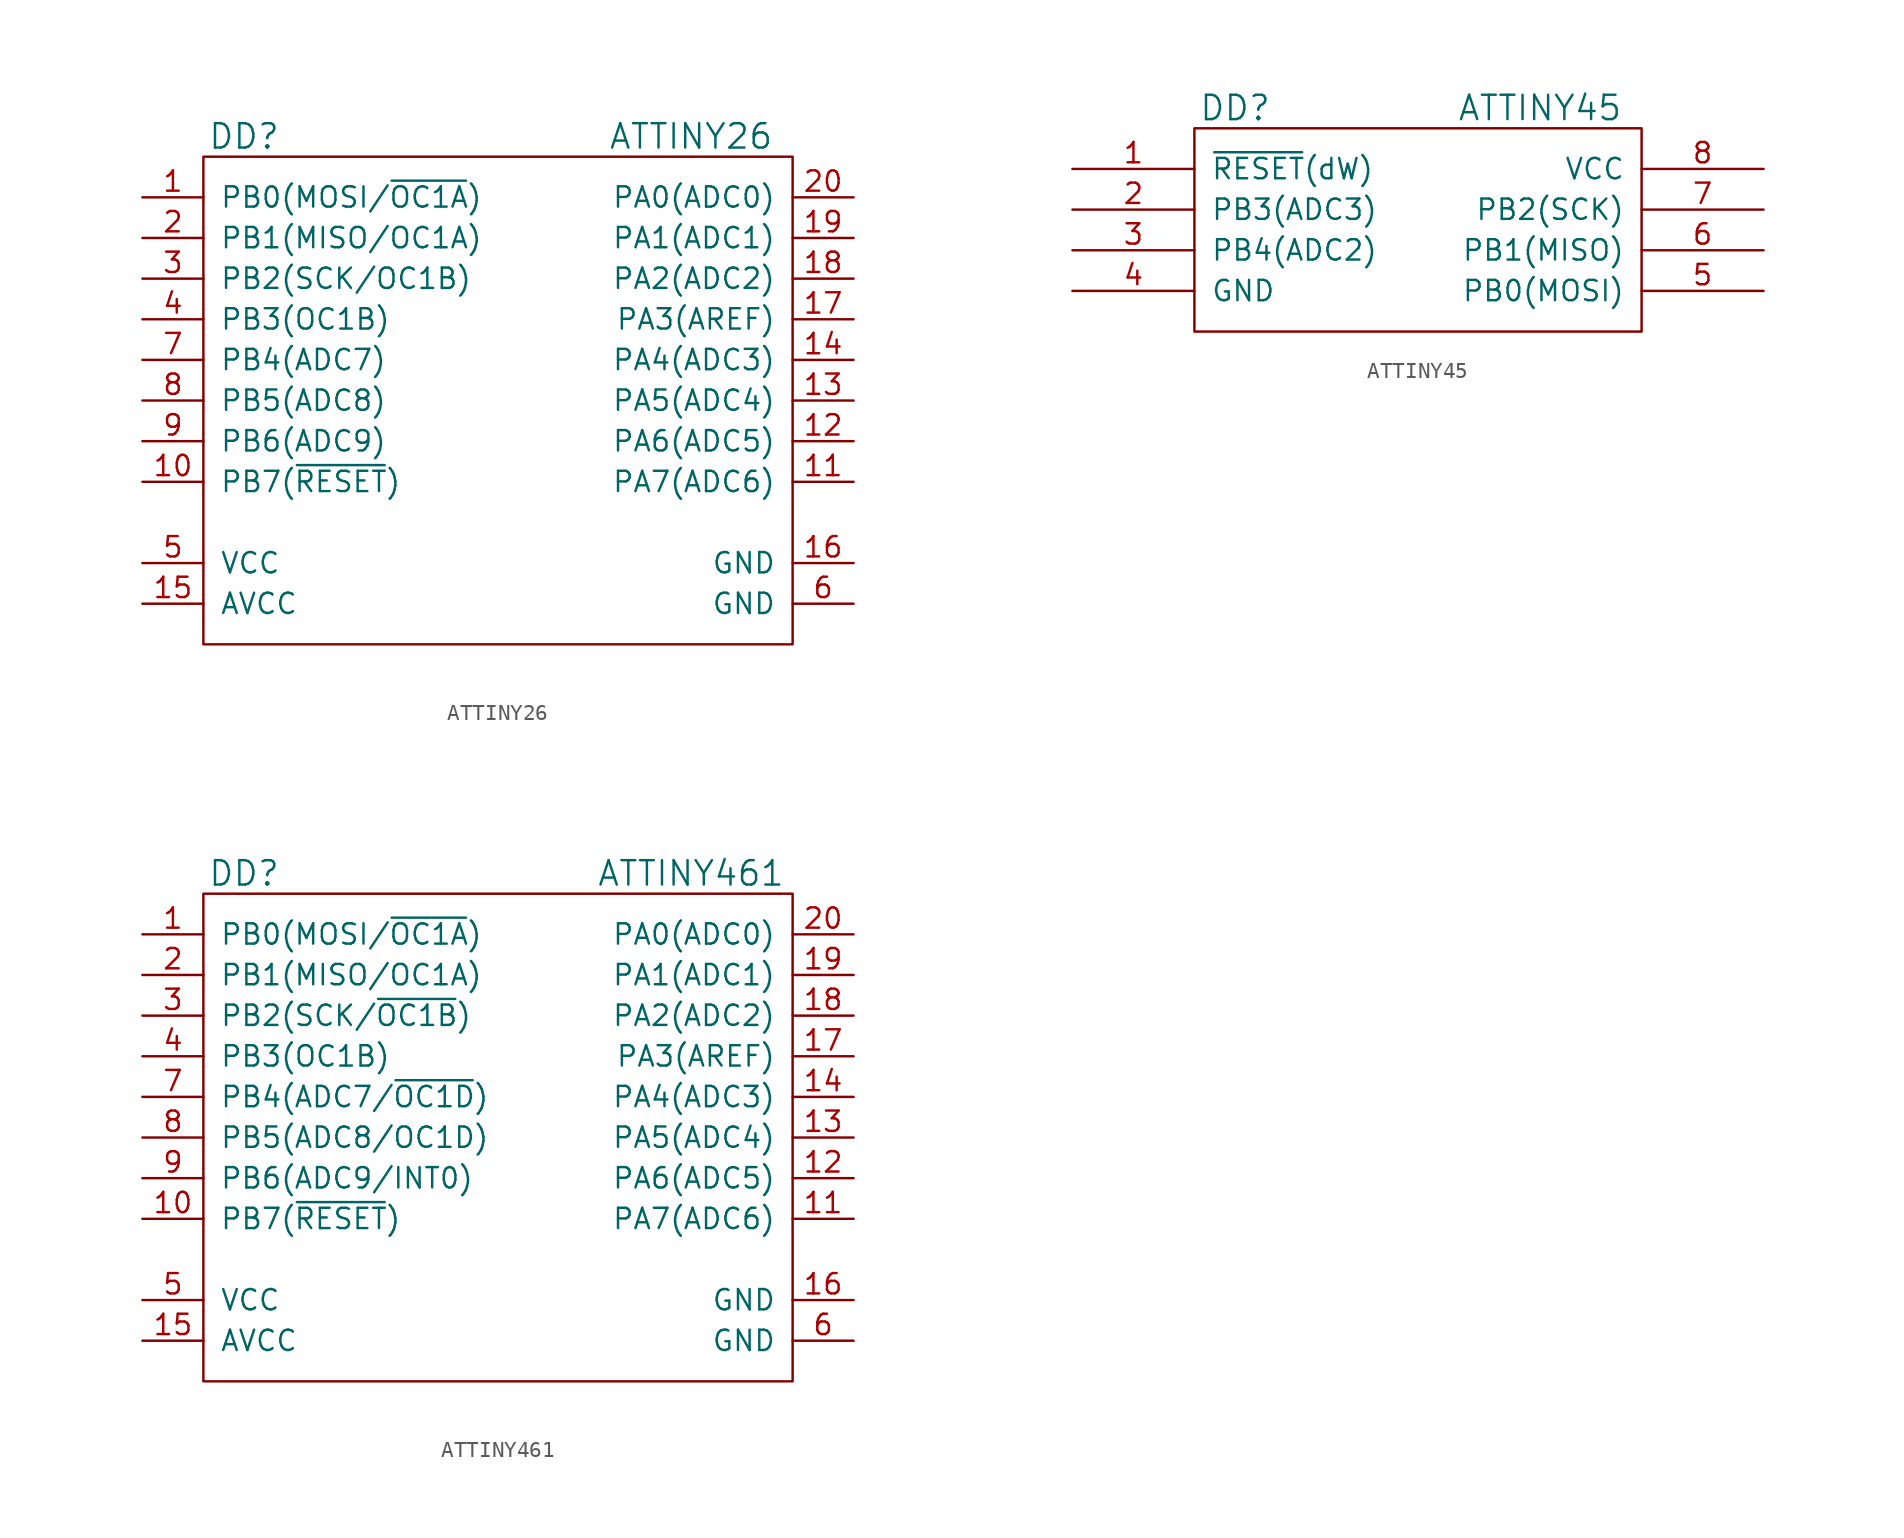
<source format=kicad_sym>
(kicad_symbol_lib
  (version 20200908)
  (generator kicad_symbol_editor)
  (symbol "Atmel_kl:ATTINY26"
    (pin_names
      (offset 1.016))
    (property "Reference" "DD"
      (at -16.51 13.97 0)
      (effects (font (size 1.524 1.524))))
    (property "Value" "ATTINY26"
      (at 11.43 13.97 0)
      (effects (font (size 1.524 1.524))))
    (property "Footprint" ""
      (at 0 0 0)
      (effects (font (size 1.524 1.524))))
    (property "Datasheet" ""
      (at 0 0 0)
      (effects (font (size 1.524 1.524))))
    (symbol "ATTINY26_0_1"
      (rectangle (start -19.05 12.7) (end 17.78 -17.78) (stroke (width 0)) (fill (type none))))
    (symbol "ATTINY26_1_1"
      (pin passive line (at -22.86 10.16 0) (length 3.81) (name "PB0(MOSI/~OC1A~)" (effects (font (size 1.27 1.27)))) (number "1" (effects (font (size 1.27 1.27)))))
      (pin passive line (at -22.86 7.62 0) (length 3.81) (name "PB1(MISO/OC1A)" (effects (font (size 1.27 1.27)))) (number "2" (effects (font (size 1.27 1.27)))))
      (pin passive line (at -22.86 5.08 0) (length 3.81) (name "PB2(SCK/OC1B)" (effects (font (size 1.27 1.27)))) (number "3" (effects (font (size 1.27 1.27)))))
      (pin passive line (at -22.86 2.54 0) (length 3.81) (name "PB3(OC1B)" (effects (font (size 1.27 1.27)))) (number "4" (effects (font (size 1.27 1.27)))))
      (pin power_in line (at -22.86 -12.7 0) (length 3.81) (name "VCC" (effects (font (size 1.27 1.27)))) (number "5" (effects (font (size 1.27 1.27)))))
      (pin power_in line (at 21.59 -15.24 180) (length 3.81) (name "GND" (effects (font (size 1.27 1.27)))) (number "6" (effects (font (size 1.27 1.27)))))
      (pin passive line (at -22.86 0 0) (length 3.81) (name "PB4(ADC7)" (effects (font (size 1.27 1.27)))) (number "7" (effects (font (size 1.27 1.27)))))
      (pin passive line (at -22.86 -2.54 0) (length 3.81) (name "PB5(ADC8)" (effects (font (size 1.27 1.27)))) (number "8" (effects (font (size 1.27 1.27)))))
      (pin passive line (at -22.86 -5.08 0) (length 3.81) (name "PB6(ADC9)" (effects (font (size 1.27 1.27)))) (number "9" (effects (font (size 1.27 1.27)))))
      (pin passive line (at -22.86 -7.62 0) (length 3.81) (name "PB7(~RESET~)" (effects (font (size 1.27 1.27)))) (number "10" (effects (font (size 1.27 1.27)))))
      (pin passive line (at 21.59 10.16 180) (length 3.81) (name "PA0(ADC0)" (effects (font (size 1.27 1.27)))) (number "20" (effects (font (size 1.27 1.27)))))
      (pin passive line (at 21.59 -7.62 180) (length 3.81) (name "PA7(ADC6)" (effects (font (size 1.27 1.27)))) (number "11" (effects (font (size 1.27 1.27)))))
      (pin passive line (at 21.59 -5.08 180) (length 3.81) (name "PA6(ADC5)" (effects (font (size 1.27 1.27)))) (number "12" (effects (font (size 1.27 1.27)))))
      (pin passive line (at 21.59 -2.54 180) (length 3.81) (name "PA5(ADC4)" (effects (font (size 1.27 1.27)))) (number "13" (effects (font (size 1.27 1.27)))))
      (pin passive line (at 21.59 0 180) (length 3.81) (name "PA4(ADC3)" (effects (font (size 1.27 1.27)))) (number "14" (effects (font (size 1.27 1.27)))))
      (pin power_in line (at -22.86 -15.24 0) (length 3.81) (name "AVCC" (effects (font (size 1.27 1.27)))) (number "15" (effects (font (size 1.27 1.27)))))
      (pin power_in line (at 21.59 -12.7 180) (length 3.81) (name "GND" (effects (font (size 1.27 1.27)))) (number "16" (effects (font (size 1.27 1.27)))))
      (pin passive line (at 21.59 2.54 180) (length 3.81) (name "PA3(AREF)" (effects (font (size 1.27 1.27)))) (number "17" (effects (font (size 1.27 1.27)))))
      (pin passive line (at 21.59 5.08 180) (length 3.81) (name "PA2(ADC2)" (effects (font (size 1.27 1.27)))) (number "18" (effects (font (size 1.27 1.27)))))
      (pin passive line (at 21.59 7.62 180) (length 3.81) (name "PA1(ADC1)" (effects (font (size 1.27 1.27)))) (number "19" (effects (font (size 1.27 1.27)))))))
  (symbol "Atmel_kl:ATTINY45"
    (pin_names
      (offset 1.016))
    (property "Reference" "DD"
      (at -11.43 8.89 0)
      (effects (font (size 1.524 1.524))))
    (property "Value" "ATTINY45"
      (at 7.62 8.89 0)
      (effects (font (size 1.524 1.524))))
    (property "Footprint" ""
      (at 0 0 0)
      (effects (font (size 1.524 1.524))))
    (property "Datasheet" ""
      (at 0 0 0)
      (effects (font (size 1.524 1.524))))
    (symbol "ATTINY45_0_1"
      (rectangle (start -13.97 7.62) (end 13.97 -5.08) (stroke (width 0)) (fill (type none))))
    (symbol "ATTINY45_1_1"
      (pin passive line (at -21.59 5.08 0) (length 7.62) (name "~RESET~(dW)" (effects (font (size 1.27 1.27)))) (number "1" (effects (font (size 1.27 1.27)))))
      (pin passive line (at -21.59 2.54 0) (length 7.62) (name "PB3(ADC3)" (effects (font (size 1.27 1.27)))) (number "2" (effects (font (size 1.27 1.27)))))
      (pin passive line (at -21.59 0 0) (length 7.62) (name "PB4(ADC2)" (effects (font (size 1.27 1.27)))) (number "3" (effects (font (size 1.27 1.27)))))
      (pin power_in line (at -21.59 -2.54 0) (length 7.62) (name "GND" (effects (font (size 1.27 1.27)))) (number "4" (effects (font (size 1.27 1.27)))))
      (pin passive line (at 21.59 -2.54 180) (length 7.62) (name "PB0(MOSI)" (effects (font (size 1.27 1.27)))) (number "5" (effects (font (size 1.27 1.27)))))
      (pin passive line (at 21.59 0 180) (length 7.62) (name "PB1(MISO)" (effects (font (size 1.27 1.27)))) (number "6" (effects (font (size 1.27 1.27)))))
      (pin passive line (at 21.59 2.54 180) (length 7.62) (name "PB2(SCK)" (effects (font (size 1.27 1.27)))) (number "7" (effects (font (size 1.27 1.27)))))
      (pin power_in line (at 21.59 5.08 180) (length 7.62) (name "VCC" (effects (font (size 1.27 1.27)))) (number "8" (effects (font (size 1.27 1.27)))))))
  (symbol "Atmel_kl:ATTINY461"
    (pin_names
      (offset 1.016))
    (property "Reference" "DD"
      (at -16.51 13.97 0)
      (effects (font (size 1.524 1.524))))
    (property "Value" "ATTINY461"
      (at 11.43 13.97 0)
      (effects (font (size 1.524 1.524))))
    (property "Footprint" ""
      (at 0 0 0)
      (effects (font (size 1.524 1.524))))
    (property "Datasheet" ""
      (at 0 0 0)
      (effects (font (size 1.524 1.524))))
    (symbol "ATTINY461_0_1"
      (rectangle (start -19.05 12.7) (end 17.78 -17.78) (stroke (width 0)) (fill (type none))))
    (symbol "ATTINY461_1_1"
      (pin passive line (at -22.86 10.16 0) (length 3.81) (name "PB0(MOSI/~OC1A~)" (effects (font (size 1.27 1.27)))) (number "1" (effects (font (size 1.27 1.27)))))
      (pin passive line (at -22.86 7.62 0) (length 3.81) (name "PB1(MISO/OC1A)" (effects (font (size 1.27 1.27)))) (number "2" (effects (font (size 1.27 1.27)))))
      (pin passive line (at -22.86 5.08 0) (length 3.81) (name "PB2(SCK/~OC1B~)" (effects (font (size 1.27 1.27)))) (number "3" (effects (font (size 1.27 1.27)))))
      (pin passive line (at -22.86 2.54 0) (length 3.81) (name "PB3(OC1B)" (effects (font (size 1.27 1.27)))) (number "4" (effects (font (size 1.27 1.27)))))
      (pin power_in line (at -22.86 -12.7 0) (length 3.81) (name "VCC" (effects (font (size 1.27 1.27)))) (number "5" (effects (font (size 1.27 1.27)))))
      (pin power_in line (at 21.59 -15.24 180) (length 3.81) (name "GND" (effects (font (size 1.27 1.27)))) (number "6" (effects (font (size 1.27 1.27)))))
      (pin passive line (at -22.86 0 0) (length 3.81) (name "PB4(ADC7/~OC1D~)" (effects (font (size 1.27 1.27)))) (number "7" (effects (font (size 1.27 1.27)))))
      (pin passive line (at -22.86 -2.54 0) (length 3.81) (name "PB5(ADC8/OC1D)" (effects (font (size 1.27 1.27)))) (number "8" (effects (font (size 1.27 1.27)))))
      (pin passive line (at -22.86 -5.08 0) (length 3.81) (name "PB6(ADC9/INT0)" (effects (font (size 1.27 1.27)))) (number "9" (effects (font (size 1.27 1.27)))))
      (pin passive line (at -22.86 -7.62 0) (length 3.81) (name "PB7(~RESET~)" (effects (font (size 1.27 1.27)))) (number "10" (effects (font (size 1.27 1.27)))))
      (pin passive line (at 21.59 10.16 180) (length 3.81) (name "PA0(ADC0)" (effects (font (size 1.27 1.27)))) (number "20" (effects (font (size 1.27 1.27)))))
      (pin passive line (at 21.59 -7.62 180) (length 3.81) (name "PA7(ADC6)" (effects (font (size 1.27 1.27)))) (number "11" (effects (font (size 1.27 1.27)))))
      (pin passive line (at 21.59 -5.08 180) (length 3.81) (name "PA6(ADC5)" (effects (font (size 1.27 1.27)))) (number "12" (effects (font (size 1.27 1.27)))))
      (pin passive line (at 21.59 -2.54 180) (length 3.81) (name "PA5(ADC4)" (effects (font (size 1.27 1.27)))) (number "13" (effects (font (size 1.27 1.27)))))
      (pin passive line (at 21.59 0 180) (length 3.81) (name "PA4(ADC3)" (effects (font (size 1.27 1.27)))) (number "14" (effects (font (size 1.27 1.27)))))
      (pin power_in line (at -22.86 -15.24 0) (length 3.81) (name "AVCC" (effects (font (size 1.27 1.27)))) (number "15" (effects (font (size 1.27 1.27)))))
      (pin power_in line (at 21.59 -12.7 180) (length 3.81) (name "GND" (effects (font (size 1.27 1.27)))) (number "16" (effects (font (size 1.27 1.27)))))
      (pin passive line (at 21.59 2.54 180) (length 3.81) (name "PA3(AREF)" (effects (font (size 1.27 1.27)))) (number "17" (effects (font (size 1.27 1.27)))))
      (pin passive line (at 21.59 5.08 180) (length 3.81) (name "PA2(ADC2)" (effects (font (size 1.27 1.27)))) (number "18" (effects (font (size 1.27 1.27)))))
      (pin passive line (at 21.59 7.62 180) (length 3.81) (name "PA1(ADC1)" (effects (font (size 1.27 1.27)))) (number "19" (effects (font (size 1.27 1.27))))))))
</source>
